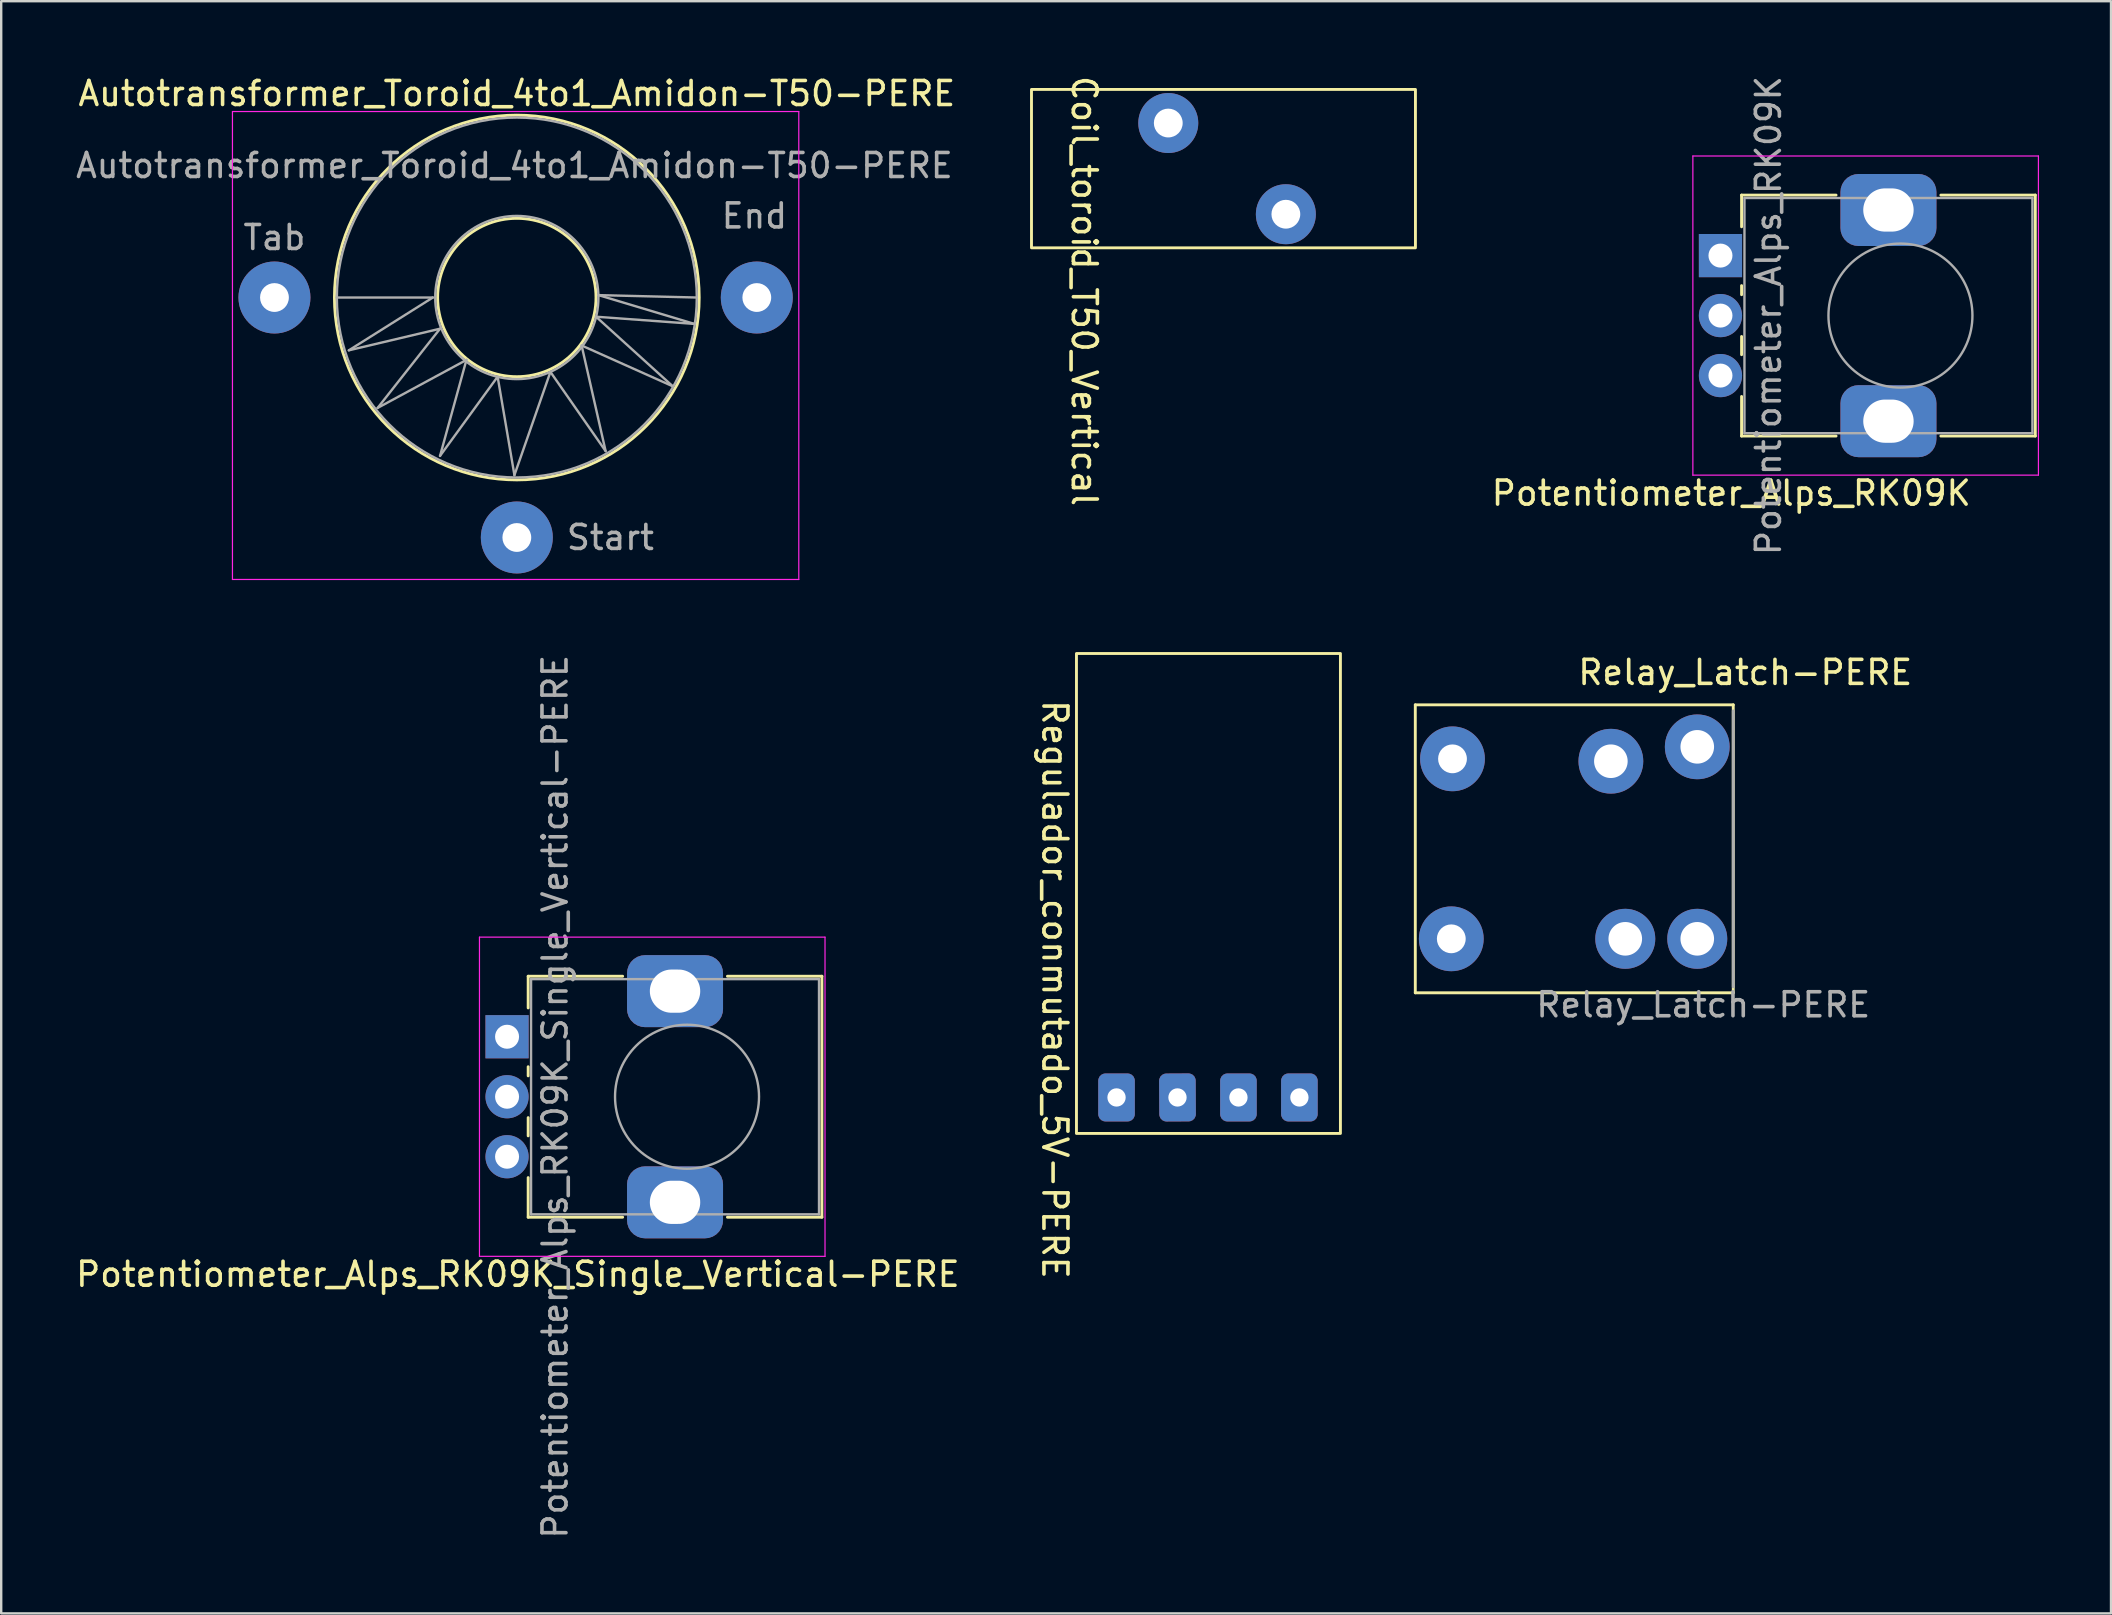
<source format=kicad_pcb>
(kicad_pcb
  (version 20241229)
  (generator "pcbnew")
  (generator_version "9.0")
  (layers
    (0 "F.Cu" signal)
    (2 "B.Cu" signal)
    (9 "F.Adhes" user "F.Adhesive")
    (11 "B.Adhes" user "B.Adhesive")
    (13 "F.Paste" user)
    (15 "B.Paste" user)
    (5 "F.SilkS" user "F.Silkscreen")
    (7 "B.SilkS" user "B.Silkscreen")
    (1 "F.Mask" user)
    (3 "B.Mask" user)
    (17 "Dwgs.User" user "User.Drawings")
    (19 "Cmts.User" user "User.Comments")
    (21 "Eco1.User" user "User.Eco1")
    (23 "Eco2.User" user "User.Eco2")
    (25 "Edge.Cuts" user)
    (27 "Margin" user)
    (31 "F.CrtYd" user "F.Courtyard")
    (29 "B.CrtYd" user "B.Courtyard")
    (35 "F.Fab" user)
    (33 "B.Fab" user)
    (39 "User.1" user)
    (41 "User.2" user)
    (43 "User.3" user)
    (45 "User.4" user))
  (footprint "Regulador_conmutado_5V-PERE"
    (layer "F.Cu")
    (at 47.308 33.683)
    (property "Reference" "Regulador_conmutado_5V-PERE" (at -6.4 4.5 270) (unlocked yes) (layer "F.SilkS") (effects (font (size 1 1) (thickness 0.15))))
    (attr through_hole)
    (fp_rect (start -5.5 -9.5) (end 5.5 10.5) (stroke (width 0.12) (type solid)) (fill no) (layer "F.SilkS"))
    (pad "1" thru_hole roundrect (at -1.29 9 0.3) (size 1.524 2) (drill 0.762) (layers "*.Cu" "*.Mask") (roundrect_rratio 0.197))
    (pad "2" thru_hole roundrect (at 3.79 9) (size 1.524 2) (drill 0.762) (layers "*.Cu" "*.Mask") (roundrect_rratio 0.197))
    (pad "3" thru_hole roundrect (at -3.83 9) (size 1.524 2) (drill 0.762) (layers "*.Cu" "*.Mask") (roundrect_rratio 0.197))
    (pad "4" thru_hole roundrect (at 1.25 9) (size 1.524 2) (drill 0.762) (layers "*.Cu" "*.Mask") (roundrect_rratio 0.197))
    (zone (net_name "") (layer "F.Cu") (hatch edge 0.508) (connect_pads) (min_thickness 0.254) (filled_areas_thickness no) (keepout (tracks not_allowed) (vias not_allowed) (pads not_allowed) (copperpour not_allowed) (footprints allowed)) (placement (enabled no)) (fill) (polygon (pts (xy 52.808 41.183) (xy 41.808 41.183) (xy 41.808 24.183) (xy 52.808 24.183)))))
  (footprint "Coil_toroid_T50_Vertical"
    (layer "F.Cu")
    (at 48.034 3.977)
    (property "Reference" "Coil_toroid_T50_Vertical" (at -5.9 5.1 270) (unlocked yes) (layer "F.SilkS") (effects (font (size 1 1) (thickness 0.15))))
    (attr through_hole)
    (fp_rect (start -8.1 -3.3) (end 7.9 3.3) (stroke (width 0.12) (type solid)) (fill no) (layer "F.SilkS"))
    (pad "1" thru_hole circle (at -2.4 -1.9) (size 2.5 2.5) (drill 1.2) (layers "*.Cu" "*.Mask"))
    (pad "2" thru_hole circle (at 2.5 1.9) (size 2.5 2.5) (drill 1.2) (layers "*.Cu" "*.Mask")))
  (footprint "Potentiometer_Alps_RK09K_Single_Vertical-PERE"
    (layer "F.Cu")
    (at 18.08 40.153)
    (property "Reference" "Potentiometer_Alps_RK09K_Single_Vertical-PERE" (at 0.45 9.9 180) (layer "F.SilkS") (effects (font (size 1 1) (thickness 0.15))))
    (attr through_hole)
    (fp_line (start 0.88 -2.521) (end 0.88 -1.2) (stroke (width 0.12) (type solid)) (layer "F.SilkS"))
    (fp_line (start 0.88 -2.521) (end 4.817 -2.521) (stroke (width 0.12) (type solid)) (layer "F.SilkS"))
    (fp_line (start 0.88 1.25) (end 0.88 1.63) (stroke (width 0.12) (type solid)) (layer "F.SilkS"))
    (fp_line (start 0.88 3.371) (end 0.88 4.13) (stroke (width 0.12) (type solid)) (layer "F.SilkS"))
    (fp_line (start 0.88 5.87) (end 0.88 7.52) (stroke (width 0.12) (type solid)) (layer "F.SilkS"))
    (fp_line (start 0.88 7.52) (end 4.817 7.52) (stroke (width 0.12) (type solid)) (layer "F.SilkS"))
    (fp_line (start 9.184 -2.521) (end 13.12 -2.521) (stroke (width 0.12) (type solid)) (layer "F.SilkS"))
    (fp_line (start 9.184 7.52) (end 13.12 7.52) (stroke (width 0.12) (type solid)) (layer "F.SilkS"))
    (fp_line (start 13.12 -2.521) (end 13.12 7.52) (stroke (width 0.12) (type solid)) (layer "F.SilkS"))
    (fp_line (start -1.15 -4.15) (end -1.15 9.15) (stroke (width 0.05) (type solid)) (layer "F.CrtYd"))
    (fp_line (start -1.15 9.15) (end 13.25 9.15) (stroke (width 0.05) (type solid)) (layer "F.CrtYd"))
    (fp_line (start 13.25 -4.15) (end -1.15 -4.15) (stroke (width 0.05) (type solid)) (layer "F.CrtYd"))
    (fp_line (start 13.25 9.15) (end 13.25 -4.15) (stroke (width 0.05) (type solid)) (layer "F.CrtYd"))
    (fp_line (start 1 -2.4) (end 1 7.4) (stroke (width 0.1) (type solid)) (layer "F.Fab"))
    (fp_line (start 1 7.4) (end 13 7.4) (stroke (width 0.1) (type solid)) (layer "F.Fab"))
    (fp_line (start 13 -2.4) (end 1 -2.4) (stroke (width 0.1) (type solid)) (layer "F.Fab"))
    (fp_line (start 13 7.4) (end 13 -2.4) (stroke (width 0.1) (type solid)) (layer "F.Fab"))
    (fp_circle (center 7.5 2.5) (end 10.5 2.5) (stroke (width 0.1) (type solid)) (fill no) (layer "F.Fab"))
    (fp_text user "${REFERENCE}" (at 2 2.5 270) (layer "F.Fab") (effects (font (size 1 1) (thickness 0.15))))
    (pad "1" thru_hole rect (at 0 0) (size 1.8 1.8) (drill 1) (layers "*.Cu" "*.Mask"))
    (pad "2" thru_hole circle (at 0 2.5) (size 1.8 1.8) (drill 1) (layers "*.Cu" "*.Mask"))
    (pad "3" thru_hole circle (at 0 5) (size 1.8 1.8) (drill 1) (layers "*.Cu" "*.Mask"))
    (pad "4" thru_hole roundrect (at 7 -1.9) (size 4 3) (drill oval 2.1 1.8) (layers "*.Cu" "*.Mask") (roundrect_rratio 0.25))
    (pad "5" thru_hole roundrect (at 7 6.9) (size 4 3) (drill oval 2.1 1.8) (layers "*.Cu" "*.Mask") (roundrect_rratio 0.25)))
  (footprint "Potentiometer_Alps_RK09K"
    (layer "F.Cu")
    (at 68.645 7.601)
    (property "Reference" "Potentiometer_Alps_RK09K" (at 0.45 9.9 180) (layer "F.SilkS") (effects (font (size 1 1) (thickness 0.15))))
    (attr through_hole)
    (fp_line (start 0.88 -2.521) (end 0.88 -1.2) (stroke (width 0.12) (type solid)) (layer "F.SilkS"))
    (fp_line (start 0.88 -2.521) (end 4.817 -2.521) (stroke (width 0.12) (type solid)) (layer "F.SilkS"))
    (fp_line (start 0.88 1.25) (end 0.88 1.63) (stroke (width 0.12) (type solid)) (layer "F.SilkS"))
    (fp_line (start 0.88 3.371) (end 0.88 4.13) (stroke (width 0.12) (type solid)) (layer "F.SilkS"))
    (fp_line (start 0.88 5.87) (end 0.88 7.52) (stroke (width 0.12) (type solid)) (layer "F.SilkS"))
    (fp_line (start 0.88 7.52) (end 4.817 7.52) (stroke (width 0.12) (type solid)) (layer "F.SilkS"))
    (fp_line (start 9.184 -2.521) (end 13.12 -2.521) (stroke (width 0.12) (type solid)) (layer "F.SilkS"))
    (fp_line (start 9.184 7.52) (end 13.12 7.52) (stroke (width 0.12) (type solid)) (layer "F.SilkS"))
    (fp_line (start 13.12 -2.521) (end 13.12 7.52) (stroke (width 0.12) (type solid)) (layer "F.SilkS"))
    (fp_line (start -1.15 -4.15) (end -1.15 9.15) (stroke (width 0.05) (type solid)) (layer "F.CrtYd"))
    (fp_line (start -1.15 9.15) (end 13.25 9.15) (stroke (width 0.05) (type solid)) (layer "F.CrtYd"))
    (fp_line (start 13.25 -4.15) (end -1.15 -4.15) (stroke (width 0.05) (type solid)) (layer "F.CrtYd"))
    (fp_line (start 13.25 9.15) (end 13.25 -4.15) (stroke (width 0.05) (type solid)) (layer "F.CrtYd"))
    (fp_line (start 1 -2.4) (end 1 7.4) (stroke (width 0.1) (type solid)) (layer "F.Fab"))
    (fp_line (start 1 7.4) (end 13 7.4) (stroke (width 0.1) (type solid)) (layer "F.Fab"))
    (fp_line (start 13 -2.4) (end 1 -2.4) (stroke (width 0.1) (type solid)) (layer "F.Fab"))
    (fp_line (start 13 7.4) (end 13 -2.4) (stroke (width 0.1) (type solid)) (layer "F.Fab"))
    (fp_circle (center 7.5 2.5) (end 10.5 2.5) (stroke (width 0.1) (type solid)) (fill no) (layer "F.Fab"))
    (fp_text user "${REFERENCE}" (at 2 2.5 270) (layer "F.Fab") (effects (font (size 1 1) (thickness 0.15))))
    (pad "1" thru_hole rect (at 0 0) (size 1.8 1.8) (drill 1) (layers "*.Cu" "*.Mask"))
    (pad "2" thru_hole circle (at 0 2.5) (size 1.8 1.8) (drill 1) (layers "*.Cu" "*.Mask"))
    (pad "3" thru_hole circle (at 0 5) (size 1.8 1.8) (drill 1) (layers "*.Cu" "*.Mask"))
    (pad "4" thru_hole roundrect (at 7 -1.9) (size 4 3) (drill oval 2.1 1.8) (layers "*.Cu" "*.Mask") (roundrect_rratio 0.25))
    (pad "5" thru_hole roundrect (at 7 6.9) (size 4 3) (drill oval 2.1 1.8) (layers "*.Cu" "*.Mask") (roundrect_rratio 0.25)))
  (footprint "Autotransformer_Toroid_4to1_Amidon-T50-PERE"
    (layer "F.Cu")
    (at 8.387 9.348)
    (property "Reference" "Autotransformer_Toroid_4to1_Amidon-T50-PERE" (at 10.1 -8.5 0) (layer "F.SilkS") (effects (font (size 1 1) (thickness 0.15))))
    (attr through_hole)
    (fp_circle (center 10.1 0) (end 13.4 0) (stroke (width 0.12) (type solid)) (fill no) (layer "F.SilkS"))
    (fp_circle (center 10.1 0) (end 17.7 0) (stroke (width 0.12) (type solid)) (fill no) (layer "F.SilkS"))
    (fp_line (start -1.75 -7.75) (end -1.75 11.75) (stroke (width 0.05) (type solid)) (layer "F.CrtYd"))
    (fp_line (start -1.75 -7.75) (end 21.85 -7.75) (stroke (width 0.05) (type solid)) (layer "F.CrtYd"))
    (fp_line (start 21.85 11.75) (end -1.75 11.75) (stroke (width 0.05) (type solid)) (layer "F.CrtYd"))
    (fp_line (start 21.85 11.75) (end 21.85 -7.75) (stroke (width 0.05) (type solid)) (layer "F.CrtYd"))
    (fp_line (start 2.6 0) (end 6.6 0) (stroke (width 0.1) (type solid)) (layer "F.Fab"))
    (fp_line (start 3.1 2.2) (end 6.9 1.3) (stroke (width 0.1) (type solid)) (layer "F.Fab"))
    (fp_line (start 4.3 4.6) (end 8 2.6) (stroke (width 0.1) (type solid)) (layer "F.Fab"))
    (fp_line (start 6.6 0) (end 3.1 2.2) (stroke (width 0.1) (type solid)) (layer "F.Fab"))
    (fp_line (start 6.9 1.3) (end 4.3 4.6) (stroke (width 0.1) (type solid)) (layer "F.Fab"))
    (fp_line (start 6.9 6.6) (end 9.3 3.3) (stroke (width 0.1) (type solid)) (layer "F.Fab"))
    (fp_line (start 8 2.6) (end 6.9 6.6) (stroke (width 0.1) (type solid)) (layer "F.Fab"))
    (fp_line (start 9.3 3.3) (end 10 7.4) (stroke (width 0.1) (type solid)) (layer "F.Fab"))
    (fp_line (start 10 7.4) (end 11.5 3.1) (stroke (width 0.1) (type solid)) (layer "F.Fab"))
    (fp_line (start 11.5 3.1) (end 13.8 6.4) (stroke (width 0.1) (type solid)) (layer "F.Fab"))
    (fp_line (start 12.8 2) (end 16.6 3.7) (stroke (width 0.1) (type solid)) (layer "F.Fab"))
    (fp_line (start 13.4 0.8) (end 17.5 1.1) (stroke (width 0.1) (type solid)) (layer "F.Fab"))
    (fp_line (start 13.5 -0.1) (end 17.6 0) (stroke (width 0.1) (type solid)) (layer "F.Fab"))
    (fp_line (start 13.8 6.4) (end 12.8 2) (stroke (width 0.1) (type solid)) (layer "F.Fab"))
    (fp_line (start 16.6 3.7) (end 13.4 0.8) (stroke (width 0.1) (type solid)) (layer "F.Fab"))
    (fp_line (start 17.5 1.1) (end 13.5 -0.1) (stroke (width 0.1) (type solid)) (layer "F.Fab"))
    (fp_circle (center 10.1 0) (end 13.5 0) (stroke (width 0.1) (type solid)) (fill no) (layer "F.Fab"))
    (fp_circle (center 10.1 0) (end 17.6 0) (stroke (width 0.1) (type solid)) (fill no) (layer "F.Fab"))
    (fp_text user "Start" (at 14 10 0) (layer "F.Fab") (effects (font (size 1 1) (thickness 0.15))))
    (fp_text user "Tab" (at 0 -2.5 0) (layer "F.Fab") (effects (font (size 1 1) (thickness 0.15))))
    (fp_text user "End" (at 20 -3.4 0) (layer "F.Fab") (effects (font (size 1 1) (thickness 0.15))))
    (fp_text user "${REFERENCE}" (at 10 -5.5 0) (layer "F.Fab") (effects (font (size 1 1) (thickness 0.15))))
    (pad "1" thru_hole circle (at 10.1 10) (size 3 3) (drill 1.2) (layers "*.Cu" "*.Mask"))
    (pad "2" thru_hole circle (at 0 0) (size 3 3) (drill 1.2) (layers "*.Cu" "*.Mask"))
    (pad "3" thru_hole circle (at 20.1 0) (size 3 3) (drill 1.2) (layers "*.Cu" "*.Mask")))
  (footprint "Relay_Latch-PERE"
    (layer "F.Cu")
    (at 59.678 28.572)
    (property "Reference" "Relay_Latch-PERE" (at 10 -3.6 0) (layer "F.SilkS") (effects (font (size 1 1) (thickness 0.15))))
    (attr through_hole)
    (fp_line (start -3.75 -2.25) (end 9.5 -2.25) (stroke (width 0.12) (type solid)) (layer "F.SilkS"))
    (fp_line (start -3.75 9.75) (end -3.75 -2.25) (stroke (width 0.12) (type solid)) (layer "F.SilkS"))
    (fp_line (start 9.5 -2.25) (end 9.5 9.75) (stroke (width 0.12) (type solid)) (layer "F.SilkS"))
    (fp_line (start 9.5 9.75) (end -3.75 9.75) (stroke (width 0.12) (type solid)) (layer "F.SilkS"))
    (fp_line (start 9.5 9.5) (end 9.5 -2) (stroke (width 0.12) (type solid)) (layer "F.Fab"))
    (fp_text user "${REFERENCE}" (at 8.25 10.25 0) (layer "F.Fab") (effects (font (size 1 1) (thickness 0.15))))
    (pad "11" thru_hole circle (at 8 -0.5) (size 2.7 2.7) (drill 1.4) (layers "*.Cu" "*.Mask"))
    (pad "12" thru_hole circle (at 4.4 0.1) (size 2.7 2.7) (drill 1.4) (layers "*.Cu" "*.Mask"))
    (pad "21" thru_hole circle (at 8 7.5) (size 2.5 2.5) (drill 1.4) (layers "*.Cu" "*.Mask"))
    (pad "22" thru_hole circle (at 5 7.5) (size 2.5 2.5) (drill 1.4) (layers "*.Cu" "*.Mask"))
    (pad "A1" thru_hole circle (at -2.2 0) (size 2.7 2.7) (drill 1.2) (layers "*.Cu" "*.Mask"))
    (pad "A2" thru_hole circle (at -2.25 7.5) (size 2.7 2.7) (drill 1.2) (layers "*.Cu" "*.Mask")))
  (gr_rect
    (start -3 -3)
    (end 84.92 64.183)
    (stroke (width 0.1) (type default))
    (fill no)
    (layer "Edge.Cuts")))
</source>
